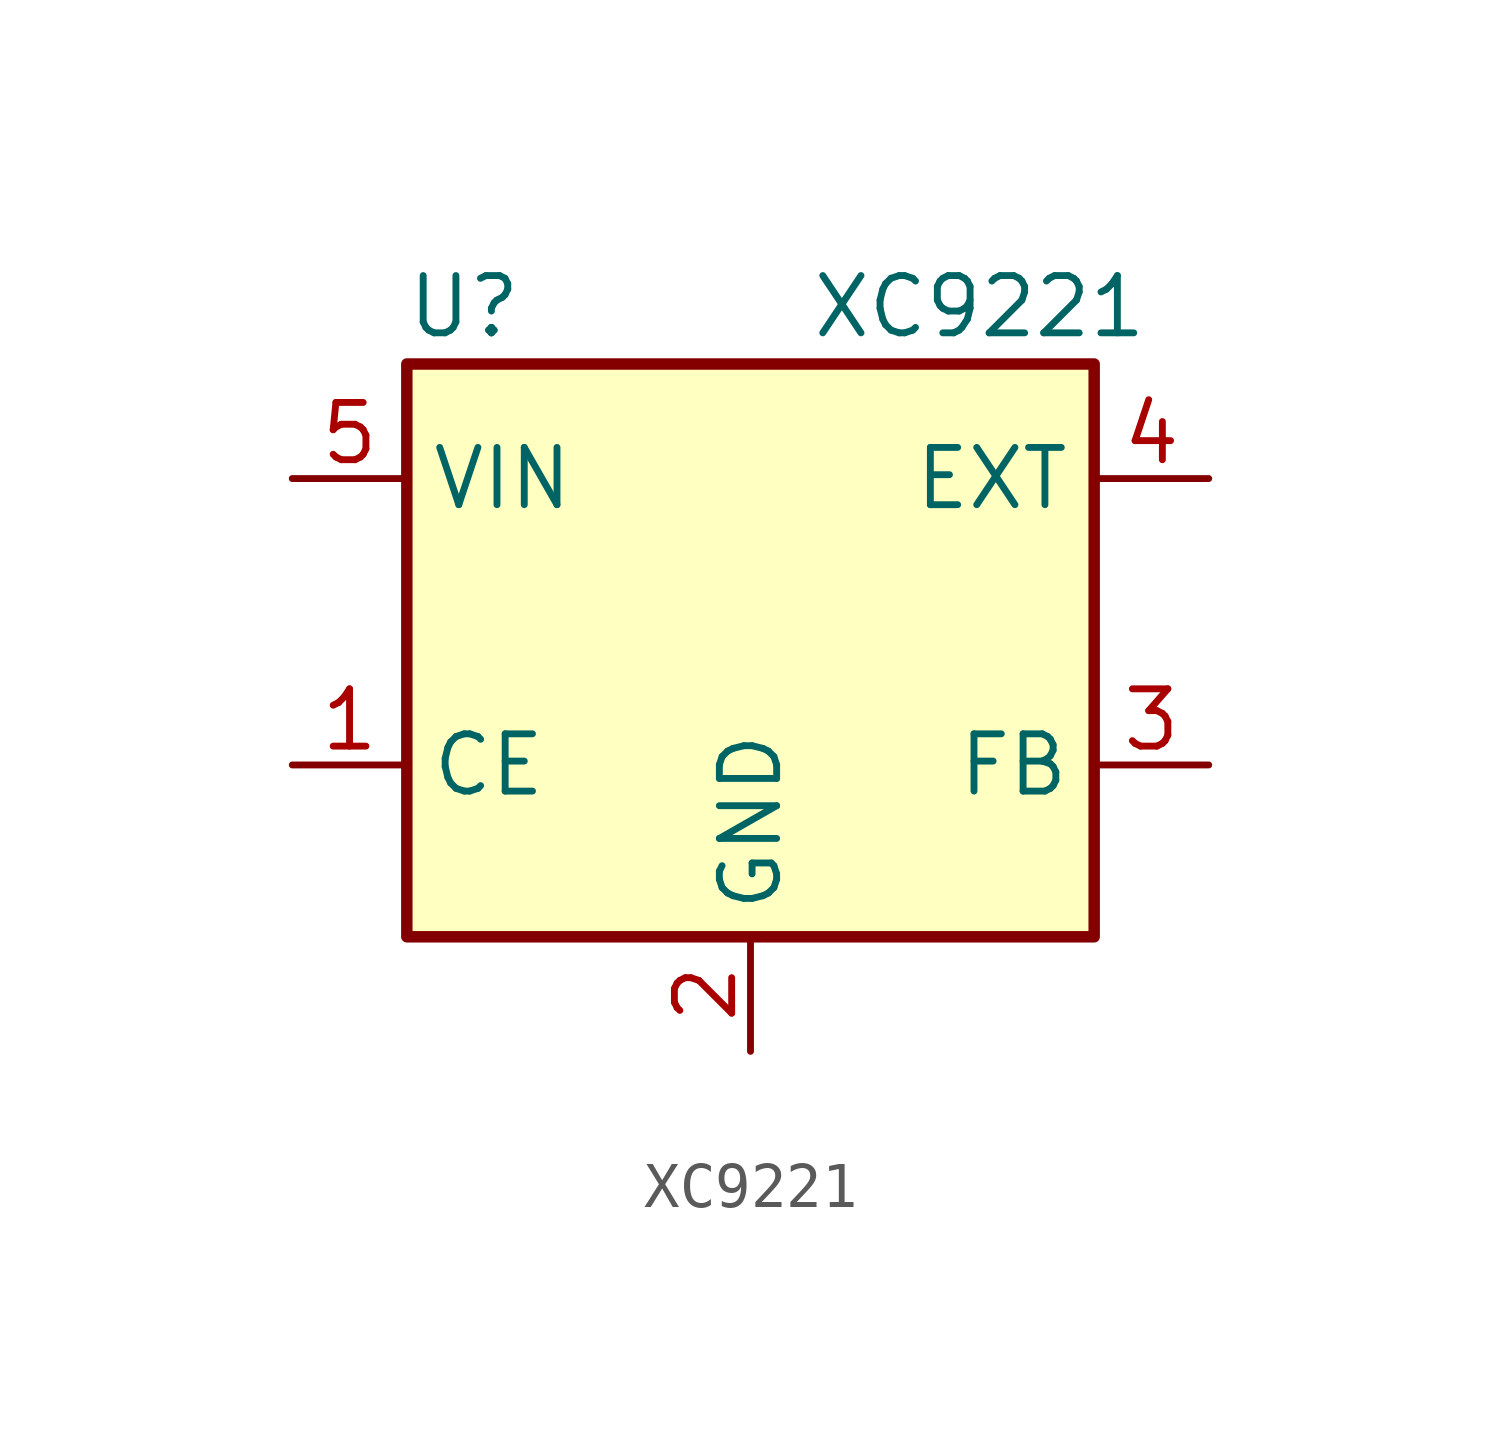
<source format=kicad_sym>
(kicad_symbol_lib
  (version 20211014)
  (generator kicad_symbol_editor)
  (symbol "XC9221"
    (property "Reference" "U"
      (at -6.35 7.62 0)
      (effects (font (size 1.27 1.27))))
    (property "Value" "XC9221"
      (at 5.08 7.62 0)
      (effects (font (size 1.27 1.27))))
    (symbol "XC9221_0_1"
      (rectangle (start -7.62 6.35) (end 7.62 -6.35) (stroke (width 0.254) (type default) (color 0 0 0 0)) (fill (type background))))
    (symbol "XC9221_1_1"
      (pin input line (at -10.16 -2.54 0) (length 2.54) (name "CE" (effects (font (size 1.27 1.27)))) (number "1" (effects (font (size 1.27 1.27)))))
      (pin power_in line (at 0 -8.89 90) (length 2.54) (name "GND" (effects (font (size 1.27 1.27)))) (number "2" (effects (font (size 1.27 1.27)))))
      (pin input line (at 10.16 -2.54 180) (length 2.54) (name "FB" (effects (font (size 1.27 1.27)))) (number "3" (effects (font (size 1.27 1.27)))))
      (pin power_out line (at 10.16 3.81 180) (length 2.54) (name "EXT" (effects (font (size 1.27 1.27)))) (number "4" (effects (font (size 1.27 1.27)))))
      (pin power_in line (at -10.16 3.81 0) (length 2.54) (name "VIN" (effects (font (size 1.27 1.27)))) (number "5" (effects (font (size 1.27 1.27))))))))
</source>
